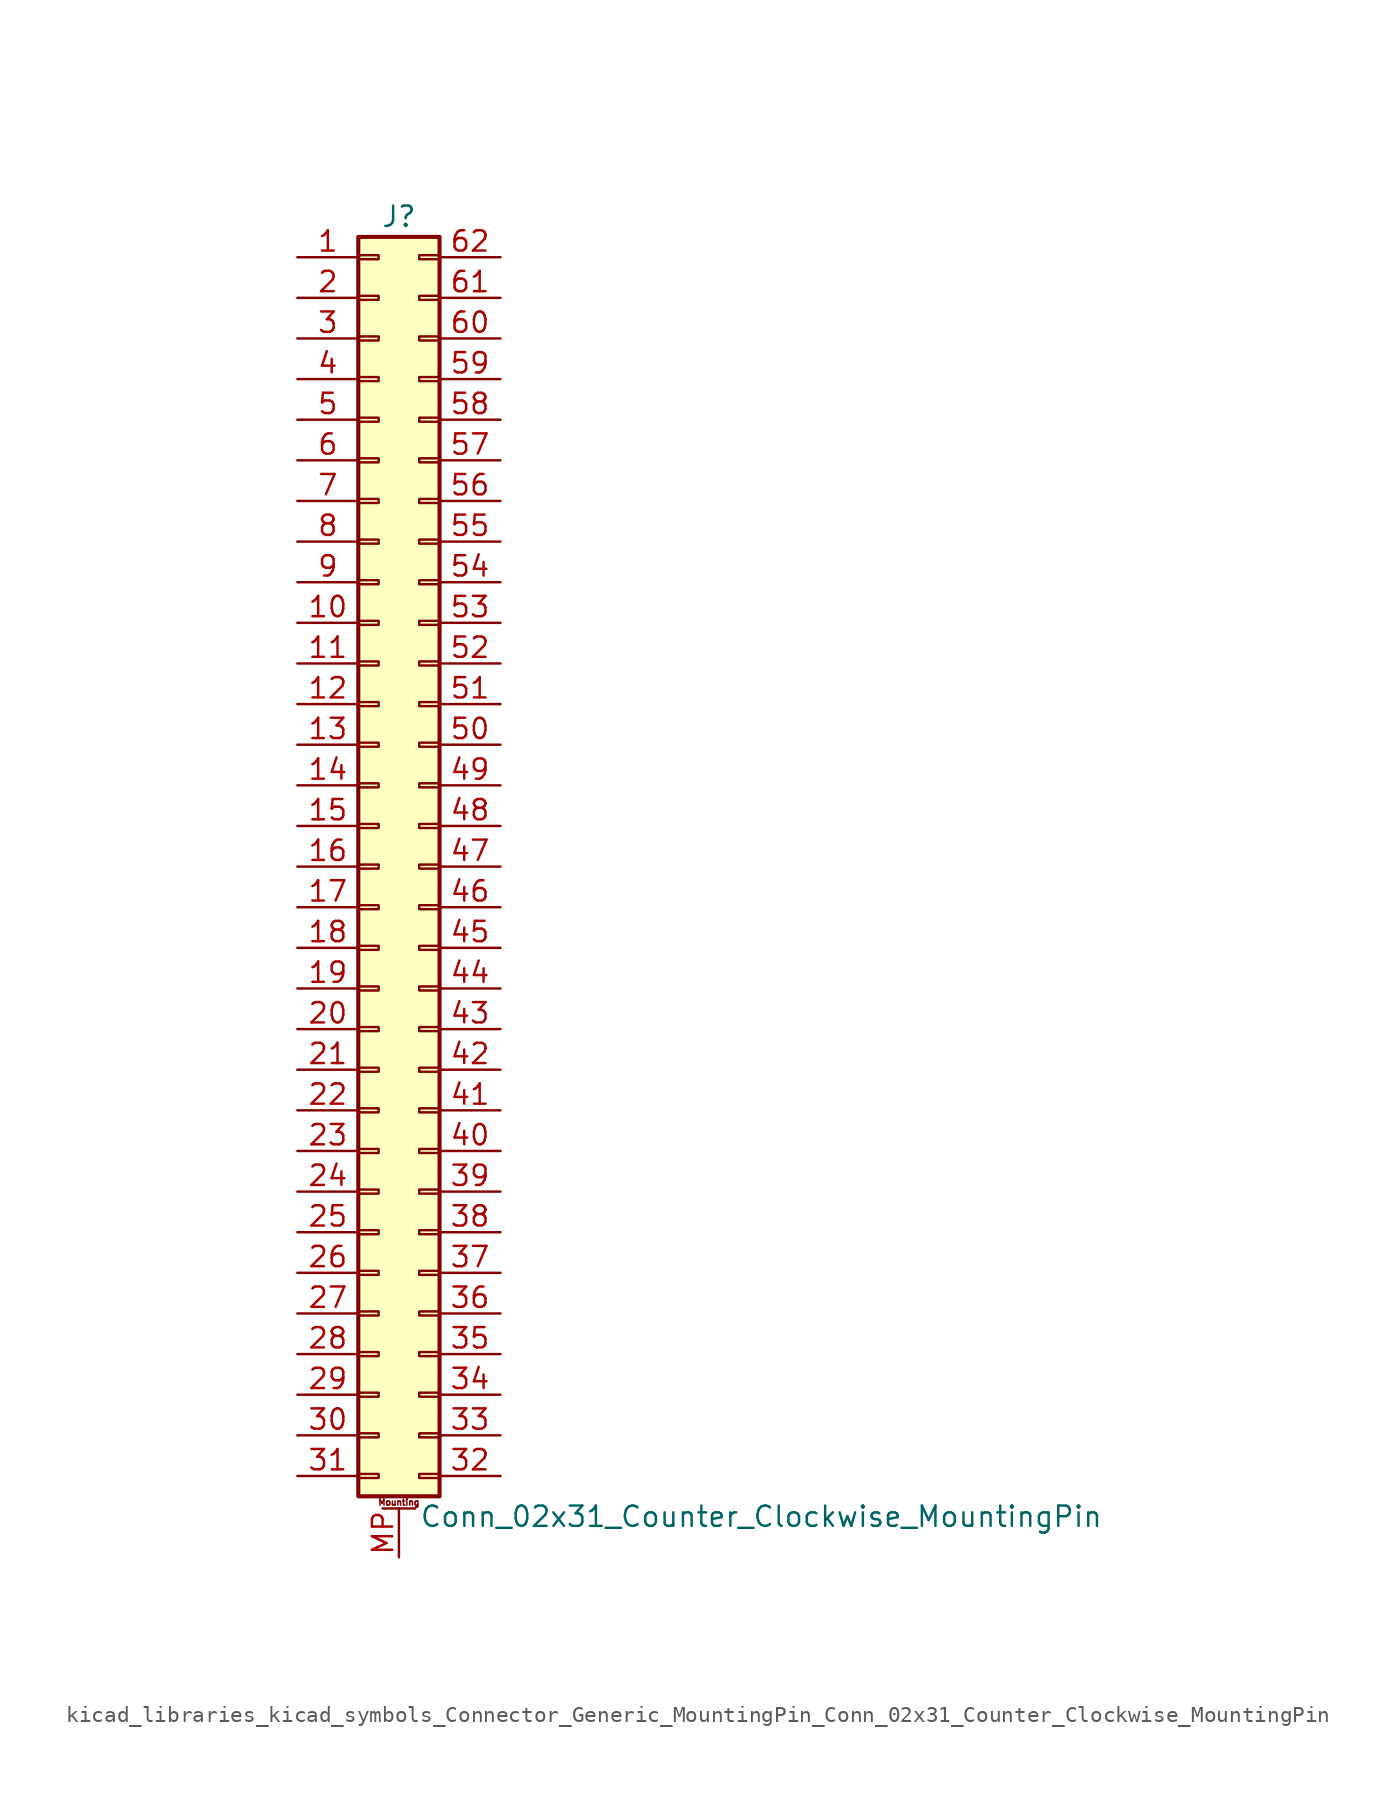
<source format=kicad_sym>
(kicad_symbol_lib
  (version 20220914)
  (generator kicad_symbol_editor)
  (symbol "kicad_libraries_kicad_symbols_Connector_Generic_MountingPin_Conn_02x31_Counter_Clockwise_MountingPin"
    (pin_names
      (offset 1.016) hide)
    (property "Reference" "J"
      (at 1.27 40.64 0)
      (effects (font (size 1.27 1.27))))
    (property "Value" "Conn_02x31_Counter_Clockwise_MountingPin"
      (at 2.54 -40.64 0)
      (effects (font (size 1.27 1.27)) (justify left)))
    (symbol "kicad_libraries_kicad_symbols_Connector_Generic_MountingPin_Conn_02x31_Counter_Clockwise_MountingPin_1_1"
      (rectangle (start -1.27 -37.973) (end 0 -38.227) (stroke (width 0.152) (type default)) (fill (type none)))
      (rectangle (start -1.27 -35.433) (end 0 -35.687) (stroke (width 0.152) (type default)) (fill (type none)))
      (rectangle (start -1.27 -32.893) (end 0 -33.147) (stroke (width 0.152) (type default)) (fill (type none)))
      (rectangle (start -1.27 -30.353) (end 0 -30.607) (stroke (width 0.152) (type default)) (fill (type none)))
      (rectangle (start -1.27 -27.813) (end 0 -28.067) (stroke (width 0.152) (type default)) (fill (type none)))
      (rectangle (start -1.27 -25.273) (end 0 -25.527) (stroke (width 0.152) (type default)) (fill (type none)))
      (rectangle (start -1.27 -22.733) (end 0 -22.987) (stroke (width 0.152) (type default)) (fill (type none)))
      (rectangle (start -1.27 -20.193) (end 0 -20.447) (stroke (width 0.152) (type default)) (fill (type none)))
      (rectangle (start -1.27 -17.653) (end 0 -17.907) (stroke (width 0.152) (type default)) (fill (type none)))
      (rectangle (start -1.27 -15.113) (end 0 -15.367) (stroke (width 0.152) (type default)) (fill (type none)))
      (rectangle (start -1.27 -12.573) (end 0 -12.827) (stroke (width 0.152) (type default)) (fill (type none)))
      (rectangle (start -1.27 -10.033) (end 0 -10.287) (stroke (width 0.152) (type default)) (fill (type none)))
      (rectangle (start -1.27 -7.493) (end 0 -7.747) (stroke (width 0.152) (type default)) (fill (type none)))
      (rectangle (start -1.27 -4.953) (end 0 -5.207) (stroke (width 0.152) (type default)) (fill (type none)))
      (rectangle (start -1.27 -2.413) (end 0 -2.667) (stroke (width 0.152) (type default)) (fill (type none)))
      (rectangle (start -1.27 0.127) (end 0 -0.127) (stroke (width 0.152) (type default)) (fill (type none)))
      (rectangle (start -1.27 2.667) (end 0 2.413) (stroke (width 0.152) (type default)) (fill (type none)))
      (rectangle (start -1.27 5.207) (end 0 4.953) (stroke (width 0.152) (type default)) (fill (type none)))
      (rectangle (start -1.27 7.747) (end 0 7.493) (stroke (width 0.152) (type default)) (fill (type none)))
      (rectangle (start -1.27 10.287) (end 0 10.033) (stroke (width 0.152) (type default)) (fill (type none)))
      (rectangle (start -1.27 12.827) (end 0 12.573) (stroke (width 0.152) (type default)) (fill (type none)))
      (rectangle (start -1.27 15.367) (end 0 15.113) (stroke (width 0.152) (type default)) (fill (type none)))
      (rectangle (start -1.27 17.907) (end 0 17.653) (stroke (width 0.152) (type default)) (fill (type none)))
      (rectangle (start -1.27 20.447) (end 0 20.193) (stroke (width 0.152) (type default)) (fill (type none)))
      (rectangle (start -1.27 22.987) (end 0 22.733) (stroke (width 0.152) (type default)) (fill (type none)))
      (rectangle (start -1.27 25.527) (end 0 25.273) (stroke (width 0.152) (type default)) (fill (type none)))
      (rectangle (start -1.27 28.067) (end 0 27.813) (stroke (width 0.152) (type default)) (fill (type none)))
      (rectangle (start -1.27 30.607) (end 0 30.353) (stroke (width 0.152) (type default)) (fill (type none)))
      (rectangle (start -1.27 33.147) (end 0 32.893) (stroke (width 0.152) (type default)) (fill (type none)))
      (rectangle (start -1.27 35.687) (end 0 35.433) (stroke (width 0.152) (type default)) (fill (type none)))
      (rectangle (start -1.27 38.227) (end 0 37.973) (stroke (width 0.152) (type default)) (fill (type none)))
      (rectangle (start -1.27 39.37) (end 3.81 -39.37) (stroke (width 0.254) (type default)) (fill (type background)))
      (polyline (pts (xy 0.254 -40.132) (xy 2.286 -40.132)) (stroke (width 0.152) (type default)) (fill (type none)))
      (rectangle (start 3.81 -37.973) (end 2.54 -38.227) (stroke (width 0.152) (type default)) (fill (type none)))
      (rectangle (start 3.81 -35.433) (end 2.54 -35.687) (stroke (width 0.152) (type default)) (fill (type none)))
      (rectangle (start 3.81 -32.893) (end 2.54 -33.147) (stroke (width 0.152) (type default)) (fill (type none)))
      (rectangle (start 3.81 -30.353) (end 2.54 -30.607) (stroke (width 0.152) (type default)) (fill (type none)))
      (rectangle (start 3.81 -27.813) (end 2.54 -28.067) (stroke (width 0.152) (type default)) (fill (type none)))
      (rectangle (start 3.81 -25.273) (end 2.54 -25.527) (stroke (width 0.152) (type default)) (fill (type none)))
      (rectangle (start 3.81 -22.733) (end 2.54 -22.987) (stroke (width 0.152) (type default)) (fill (type none)))
      (rectangle (start 3.81 -20.193) (end 2.54 -20.447) (stroke (width 0.152) (type default)) (fill (type none)))
      (rectangle (start 3.81 -17.653) (end 2.54 -17.907) (stroke (width 0.152) (type default)) (fill (type none)))
      (rectangle (start 3.81 -15.113) (end 2.54 -15.367) (stroke (width 0.152) (type default)) (fill (type none)))
      (rectangle (start 3.81 -12.573) (end 2.54 -12.827) (stroke (width 0.152) (type default)) (fill (type none)))
      (rectangle (start 3.81 -10.033) (end 2.54 -10.287) (stroke (width 0.152) (type default)) (fill (type none)))
      (rectangle (start 3.81 -7.493) (end 2.54 -7.747) (stroke (width 0.152) (type default)) (fill (type none)))
      (rectangle (start 3.81 -4.953) (end 2.54 -5.207) (stroke (width 0.152) (type default)) (fill (type none)))
      (rectangle (start 3.81 -2.413) (end 2.54 -2.667) (stroke (width 0.152) (type default)) (fill (type none)))
      (rectangle (start 3.81 0.127) (end 2.54 -0.127) (stroke (width 0.152) (type default)) (fill (type none)))
      (rectangle (start 3.81 2.667) (end 2.54 2.413) (stroke (width 0.152) (type default)) (fill (type none)))
      (rectangle (start 3.81 5.207) (end 2.54 4.953) (stroke (width 0.152) (type default)) (fill (type none)))
      (rectangle (start 3.81 7.747) (end 2.54 7.493) (stroke (width 0.152) (type default)) (fill (type none)))
      (rectangle (start 3.81 10.287) (end 2.54 10.033) (stroke (width 0.152) (type default)) (fill (type none)))
      (rectangle (start 3.81 12.827) (end 2.54 12.573) (stroke (width 0.152) (type default)) (fill (type none)))
      (rectangle (start 3.81 15.367) (end 2.54 15.113) (stroke (width 0.152) (type default)) (fill (type none)))
      (rectangle (start 3.81 17.907) (end 2.54 17.653) (stroke (width 0.152) (type default)) (fill (type none)))
      (rectangle (start 3.81 20.447) (end 2.54 20.193) (stroke (width 0.152) (type default)) (fill (type none)))
      (rectangle (start 3.81 22.987) (end 2.54 22.733) (stroke (width 0.152) (type default)) (fill (type none)))
      (rectangle (start 3.81 25.527) (end 2.54 25.273) (stroke (width 0.152) (type default)) (fill (type none)))
      (rectangle (start 3.81 28.067) (end 2.54 27.813) (stroke (width 0.152) (type default)) (fill (type none)))
      (rectangle (start 3.81 30.607) (end 2.54 30.353) (stroke (width 0.152) (type default)) (fill (type none)))
      (rectangle (start 3.81 33.147) (end 2.54 32.893) (stroke (width 0.152) (type default)) (fill (type none)))
      (rectangle (start 3.81 35.687) (end 2.54 35.433) (stroke (width 0.152) (type default)) (fill (type none)))
      (rectangle (start 3.81 38.227) (end 2.54 37.973) (stroke (width 0.152) (type default)) (fill (type none)))
      (text "Mounting" (at 1.27 -39.751 0) (effects (font (size 0.381 0.381))))
      (pin passive line (at -5.08 38.1 0) (length 3.81) (name "Pin_1" (effects (font (size 1.27 1.27)))) (number "1" (effects (font (size 1.27 1.27)))))
      (pin passive line (at -5.08 15.24 0) (length 3.81) (name "Pin_10" (effects (font (size 1.27 1.27)))) (number "10" (effects (font (size 1.27 1.27)))))
      (pin passive line (at -5.08 12.7 0) (length 3.81) (name "Pin_11" (effects (font (size 1.27 1.27)))) (number "11" (effects (font (size 1.27 1.27)))))
      (pin passive line (at -5.08 10.16 0) (length 3.81) (name "Pin_12" (effects (font (size 1.27 1.27)))) (number "12" (effects (font (size 1.27 1.27)))))
      (pin passive line (at -5.08 7.62 0) (length 3.81) (name "Pin_13" (effects (font (size 1.27 1.27)))) (number "13" (effects (font (size 1.27 1.27)))))
      (pin passive line (at -5.08 5.08 0) (length 3.81) (name "Pin_14" (effects (font (size 1.27 1.27)))) (number "14" (effects (font (size 1.27 1.27)))))
      (pin passive line (at -5.08 2.54 0) (length 3.81) (name "Pin_15" (effects (font (size 1.27 1.27)))) (number "15" (effects (font (size 1.27 1.27)))))
      (pin passive line (at -5.08 0 0) (length 3.81) (name "Pin_16" (effects (font (size 1.27 1.27)))) (number "16" (effects (font (size 1.27 1.27)))))
      (pin passive line (at -5.08 -2.54 0) (length 3.81) (name "Pin_17" (effects (font (size 1.27 1.27)))) (number "17" (effects (font (size 1.27 1.27)))))
      (pin passive line (at -5.08 -5.08 0) (length 3.81) (name "Pin_18" (effects (font (size 1.27 1.27)))) (number "18" (effects (font (size 1.27 1.27)))))
      (pin passive line (at -5.08 -7.62 0) (length 3.81) (name "Pin_19" (effects (font (size 1.27 1.27)))) (number "19" (effects (font (size 1.27 1.27)))))
      (pin passive line (at -5.08 35.56 0) (length 3.81) (name "Pin_2" (effects (font (size 1.27 1.27)))) (number "2" (effects (font (size 1.27 1.27)))))
      (pin passive line (at -5.08 -10.16 0) (length 3.81) (name "Pin_20" (effects (font (size 1.27 1.27)))) (number "20" (effects (font (size 1.27 1.27)))))
      (pin passive line (at -5.08 -12.7 0) (length 3.81) (name "Pin_21" (effects (font (size 1.27 1.27)))) (number "21" (effects (font (size 1.27 1.27)))))
      (pin passive line (at -5.08 -15.24 0) (length 3.81) (name "Pin_22" (effects (font (size 1.27 1.27)))) (number "22" (effects (font (size 1.27 1.27)))))
      (pin passive line (at -5.08 -17.78 0) (length 3.81) (name "Pin_23" (effects (font (size 1.27 1.27)))) (number "23" (effects (font (size 1.27 1.27)))))
      (pin passive line (at -5.08 -20.32 0) (length 3.81) (name "Pin_24" (effects (font (size 1.27 1.27)))) (number "24" (effects (font (size 1.27 1.27)))))
      (pin passive line (at -5.08 -22.86 0) (length 3.81) (name "Pin_25" (effects (font (size 1.27 1.27)))) (number "25" (effects (font (size 1.27 1.27)))))
      (pin passive line (at -5.08 -25.4 0) (length 3.81) (name "Pin_26" (effects (font (size 1.27 1.27)))) (number "26" (effects (font (size 1.27 1.27)))))
      (pin passive line (at -5.08 -27.94 0) (length 3.81) (name "Pin_27" (effects (font (size 1.27 1.27)))) (number "27" (effects (font (size 1.27 1.27)))))
      (pin passive line (at -5.08 -30.48 0) (length 3.81) (name "Pin_28" (effects (font (size 1.27 1.27)))) (number "28" (effects (font (size 1.27 1.27)))))
      (pin passive line (at -5.08 -33.02 0) (length 3.81) (name "Pin_29" (effects (font (size 1.27 1.27)))) (number "29" (effects (font (size 1.27 1.27)))))
      (pin passive line (at -5.08 33.02 0) (length 3.81) (name "Pin_3" (effects (font (size 1.27 1.27)))) (number "3" (effects (font (size 1.27 1.27)))))
      (pin passive line (at -5.08 -35.56 0) (length 3.81) (name "Pin_30" (effects (font (size 1.27 1.27)))) (number "30" (effects (font (size 1.27 1.27)))))
      (pin passive line (at -5.08 -38.1 0) (length 3.81) (name "Pin_31" (effects (font (size 1.27 1.27)))) (number "31" (effects (font (size 1.27 1.27)))))
      (pin passive line (at 7.62 -38.1 180) (length 3.81) (name "Pin_32" (effects (font (size 1.27 1.27)))) (number "32" (effects (font (size 1.27 1.27)))))
      (pin passive line (at 7.62 -35.56 180) (length 3.81) (name "Pin_33" (effects (font (size 1.27 1.27)))) (number "33" (effects (font (size 1.27 1.27)))))
      (pin passive line (at 7.62 -33.02 180) (length 3.81) (name "Pin_34" (effects (font (size 1.27 1.27)))) (number "34" (effects (font (size 1.27 1.27)))))
      (pin passive line (at 7.62 -30.48 180) (length 3.81) (name "Pin_35" (effects (font (size 1.27 1.27)))) (number "35" (effects (font (size 1.27 1.27)))))
      (pin passive line (at 7.62 -27.94 180) (length 3.81) (name "Pin_36" (effects (font (size 1.27 1.27)))) (number "36" (effects (font (size 1.27 1.27)))))
      (pin passive line (at 7.62 -25.4 180) (length 3.81) (name "Pin_37" (effects (font (size 1.27 1.27)))) (number "37" (effects (font (size 1.27 1.27)))))
      (pin passive line (at 7.62 -22.86 180) (length 3.81) (name "Pin_38" (effects (font (size 1.27 1.27)))) (number "38" (effects (font (size 1.27 1.27)))))
      (pin passive line (at 7.62 -20.32 180) (length 3.81) (name "Pin_39" (effects (font (size 1.27 1.27)))) (number "39" (effects (font (size 1.27 1.27)))))
      (pin passive line (at -5.08 30.48 0) (length 3.81) (name "Pin_4" (effects (font (size 1.27 1.27)))) (number "4" (effects (font (size 1.27 1.27)))))
      (pin passive line (at 7.62 -17.78 180) (length 3.81) (name "Pin_40" (effects (font (size 1.27 1.27)))) (number "40" (effects (font (size 1.27 1.27)))))
      (pin passive line (at 7.62 -15.24 180) (length 3.81) (name "Pin_41" (effects (font (size 1.27 1.27)))) (number "41" (effects (font (size 1.27 1.27)))))
      (pin passive line (at 7.62 -12.7 180) (length 3.81) (name "Pin_42" (effects (font (size 1.27 1.27)))) (number "42" (effects (font (size 1.27 1.27)))))
      (pin passive line (at 7.62 -10.16 180) (length 3.81) (name "Pin_43" (effects (font (size 1.27 1.27)))) (number "43" (effects (font (size 1.27 1.27)))))
      (pin passive line (at 7.62 -7.62 180) (length 3.81) (name "Pin_44" (effects (font (size 1.27 1.27)))) (number "44" (effects (font (size 1.27 1.27)))))
      (pin passive line (at 7.62 -5.08 180) (length 3.81) (name "Pin_45" (effects (font (size 1.27 1.27)))) (number "45" (effects (font (size 1.27 1.27)))))
      (pin passive line (at 7.62 -2.54 180) (length 3.81) (name "Pin_46" (effects (font (size 1.27 1.27)))) (number "46" (effects (font (size 1.27 1.27)))))
      (pin passive line (at 7.62 0 180) (length 3.81) (name "Pin_47" (effects (font (size 1.27 1.27)))) (number "47" (effects (font (size 1.27 1.27)))))
      (pin passive line (at 7.62 2.54 180) (length 3.81) (name "Pin_48" (effects (font (size 1.27 1.27)))) (number "48" (effects (font (size 1.27 1.27)))))
      (pin passive line (at 7.62 5.08 180) (length 3.81) (name "Pin_49" (effects (font (size 1.27 1.27)))) (number "49" (effects (font (size 1.27 1.27)))))
      (pin passive line (at -5.08 27.94 0) (length 3.81) (name "Pin_5" (effects (font (size 1.27 1.27)))) (number "5" (effects (font (size 1.27 1.27)))))
      (pin passive line (at 7.62 7.62 180) (length 3.81) (name "Pin_50" (effects (font (size 1.27 1.27)))) (number "50" (effects (font (size 1.27 1.27)))))
      (pin passive line (at 7.62 10.16 180) (length 3.81) (name "Pin_51" (effects (font (size 1.27 1.27)))) (number "51" (effects (font (size 1.27 1.27)))))
      (pin passive line (at 7.62 12.7 180) (length 3.81) (name "Pin_52" (effects (font (size 1.27 1.27)))) (number "52" (effects (font (size 1.27 1.27)))))
      (pin passive line (at 7.62 15.24 180) (length 3.81) (name "Pin_53" (effects (font (size 1.27 1.27)))) (number "53" (effects (font (size 1.27 1.27)))))
      (pin passive line (at 7.62 17.78 180) (length 3.81) (name "Pin_54" (effects (font (size 1.27 1.27)))) (number "54" (effects (font (size 1.27 1.27)))))
      (pin passive line (at 7.62 20.32 180) (length 3.81) (name "Pin_55" (effects (font (size 1.27 1.27)))) (number "55" (effects (font (size 1.27 1.27)))))
      (pin passive line (at 7.62 22.86 180) (length 3.81) (name "Pin_56" (effects (font (size 1.27 1.27)))) (number "56" (effects (font (size 1.27 1.27)))))
      (pin passive line (at 7.62 25.4 180) (length 3.81) (name "Pin_57" (effects (font (size 1.27 1.27)))) (number "57" (effects (font (size 1.27 1.27)))))
      (pin passive line (at 7.62 27.94 180) (length 3.81) (name "Pin_58" (effects (font (size 1.27 1.27)))) (number "58" (effects (font (size 1.27 1.27)))))
      (pin passive line (at 7.62 30.48 180) (length 3.81) (name "Pin_59" (effects (font (size 1.27 1.27)))) (number "59" (effects (font (size 1.27 1.27)))))
      (pin passive line (at -5.08 25.4 0) (length 3.81) (name "Pin_6" (effects (font (size 1.27 1.27)))) (number "6" (effects (font (size 1.27 1.27)))))
      (pin passive line (at 7.62 33.02 180) (length 3.81) (name "Pin_60" (effects (font (size 1.27 1.27)))) (number "60" (effects (font (size 1.27 1.27)))))
      (pin passive line (at 7.62 35.56 180) (length 3.81) (name "Pin_61" (effects (font (size 1.27 1.27)))) (number "61" (effects (font (size 1.27 1.27)))))
      (pin passive line (at 7.62 38.1 180) (length 3.81) (name "Pin_62" (effects (font (size 1.27 1.27)))) (number "62" (effects (font (size 1.27 1.27)))))
      (pin passive line (at -5.08 22.86 0) (length 3.81) (name "Pin_7" (effects (font (size 1.27 1.27)))) (number "7" (effects (font (size 1.27 1.27)))))
      (pin passive line (at -5.08 20.32 0) (length 3.81) (name "Pin_8" (effects (font (size 1.27 1.27)))) (number "8" (effects (font (size 1.27 1.27)))))
      (pin passive line (at -5.08 17.78 0) (length 3.81) (name "Pin_9" (effects (font (size 1.27 1.27)))) (number "9" (effects (font (size 1.27 1.27)))))
      (pin passive line (at 1.27 -43.18 90) (length 3.048) (name "MountPin" (effects (font (size 1.27 1.27)))) (number "MP" (effects (font (size 1.27 1.27))))))))
</source>
